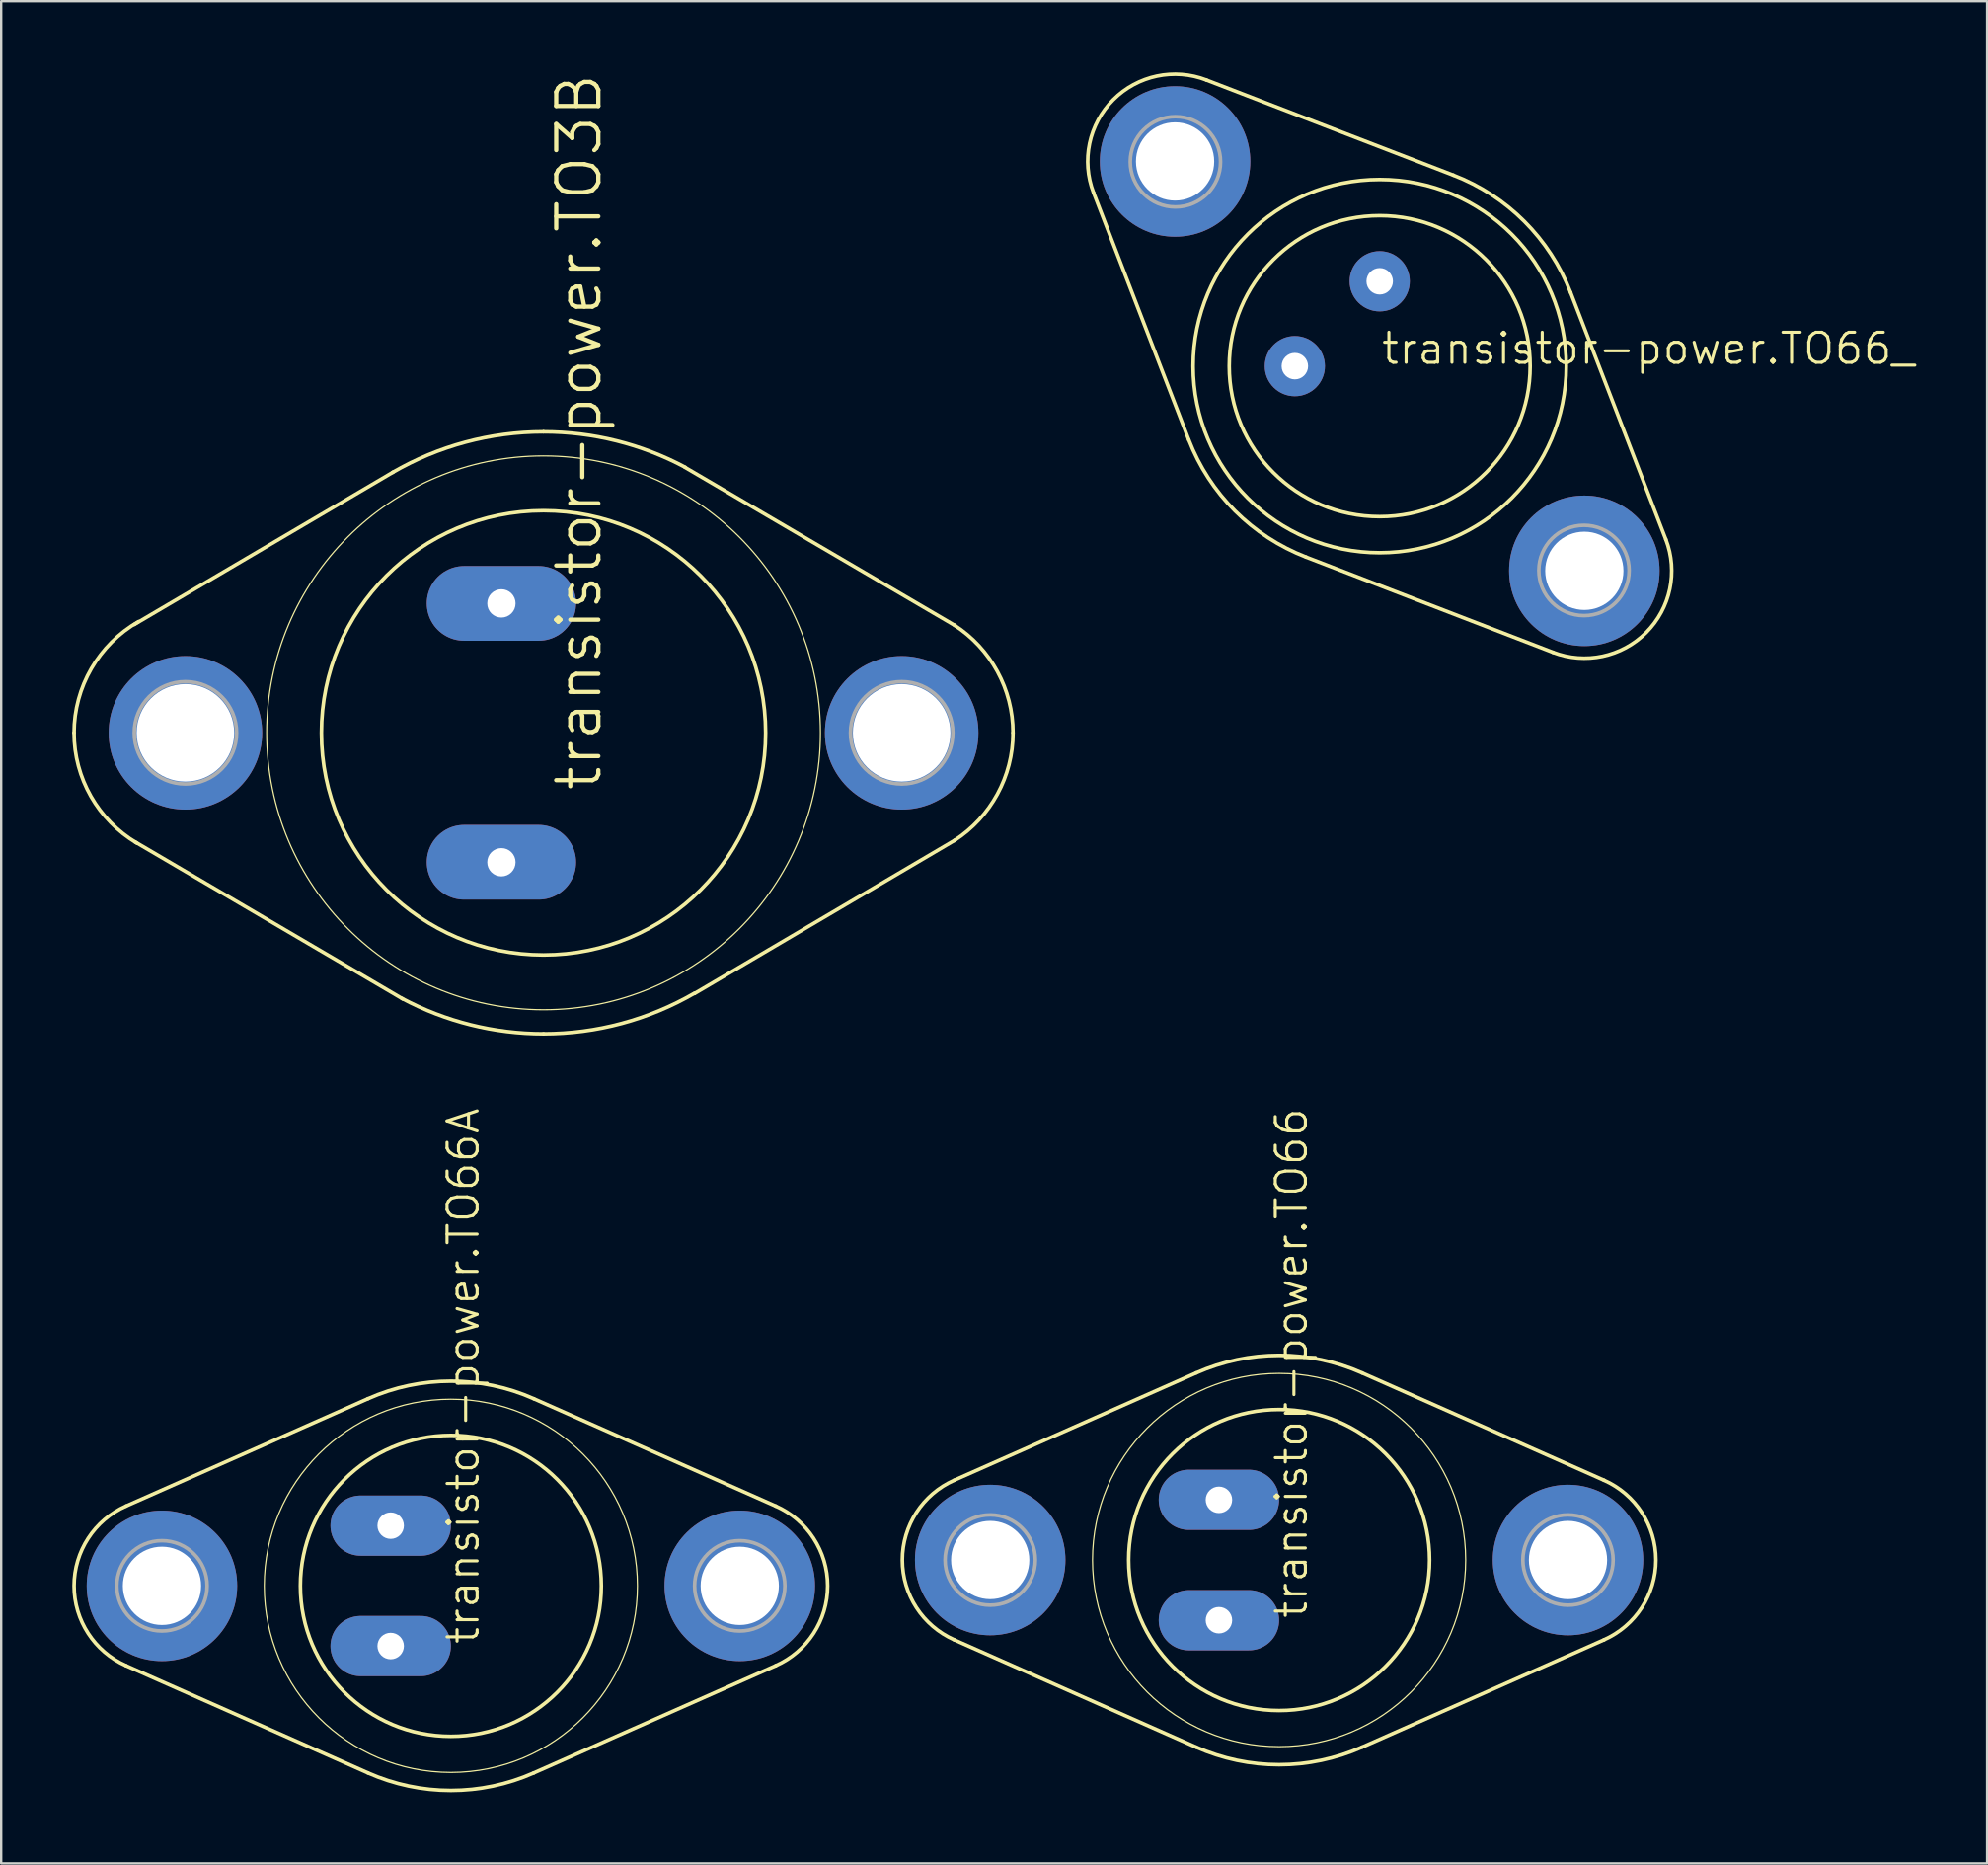
<source format=kicad_pcb>
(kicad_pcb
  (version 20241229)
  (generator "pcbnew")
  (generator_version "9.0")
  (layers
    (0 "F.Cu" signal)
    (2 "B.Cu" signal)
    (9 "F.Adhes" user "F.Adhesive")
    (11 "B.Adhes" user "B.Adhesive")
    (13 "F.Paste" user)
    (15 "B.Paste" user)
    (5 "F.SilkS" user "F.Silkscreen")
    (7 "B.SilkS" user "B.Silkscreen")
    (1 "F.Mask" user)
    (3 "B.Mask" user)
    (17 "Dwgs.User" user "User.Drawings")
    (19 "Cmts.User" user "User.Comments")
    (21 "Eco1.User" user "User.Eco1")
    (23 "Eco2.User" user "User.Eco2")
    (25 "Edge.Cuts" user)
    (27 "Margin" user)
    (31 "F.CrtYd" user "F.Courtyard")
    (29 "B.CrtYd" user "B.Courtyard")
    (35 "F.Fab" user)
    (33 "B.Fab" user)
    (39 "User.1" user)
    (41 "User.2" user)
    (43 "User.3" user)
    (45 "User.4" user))
  (footprint "transistor-power.TO66A"
    (layer "F.Cu")
    (at 15.977 63.861)
    (property "Reference" "transistor-power.TO66A" (at 1.27 2.54 90) (layer "F.SilkS") (effects (font (size 1.27 1.27) (thickness 0.13)) (justify left bottom)))
    (attr through_hole)
    (fp_line (start -3.501 -7.894) (end -13.71 -3.367) (stroke (width 0.152) (type default)) (layer "F.SilkS"))
    (fp_line (start -3.501 7.894) (end -13.71 3.367) (stroke (width 0.152) (type default)) (layer "F.SilkS"))
    (fp_line (start 3.501 -7.894) (end 13.71 -3.367) (stroke (width 0.152) (type default)) (layer "F.SilkS"))
    (fp_line (start 3.501 7.894) (end 13.71 3.367) (stroke (width 0.152) (type default)) (layer "F.SilkS"))
    (fp_arc (start -13.7105 3.3668) (mid -15.900436 0) (end -13.7105 -3.3668) (stroke (width 0.1524) (type default)) (layer "F.SilkS"))
    (fp_arc (start -3.5011 -7.8945) (mid 0 -8.636019) (end 3.5011 -7.8945) (stroke (width 0.1524) (type default)) (layer "F.SilkS"))
    (fp_arc (start 3.5011 7.8945) (mid 0 8.636019) (end -3.5011 7.8945) (stroke (width 0.1524) (type default)) (layer "F.SilkS"))
    (fp_arc (start 13.7105 -3.3668) (mid 15.900436 0) (end 13.7105 3.3668) (stroke (width 0.1524) (type default)) (layer "F.SilkS"))
    (fp_circle (center 0 0) (end 6.35 0) (stroke (width 0.152) (type default)) (fill no) (layer "F.SilkS"))
    (fp_circle (center 0 0) (end 7.874 0) (stroke (width 0.051) (type default)) (fill no) (layer "F.SilkS"))
    (fp_circle (center -12.192 0) (end -10.287 0) (stroke (width 0.152) (type default)) (fill no) (layer "F.Fab"))
    (fp_circle (center 12.192 0) (end 14.097 0) (stroke (width 0.152) (type default)) (fill no) (layer "F.Fab"))
    (pad "B" thru_hole oval (at -2.54 -2.54) (size 5.08 2.54) (drill 1.118) (layers "*.Cu" "*.Mask"))
    (pad "C" thru_hole circle (at 12.192 0) (size 6.35 6.35) (drill 3.302) (layers "*.Cu" "*.Mask"))
    (pad "C1" thru_hole circle (at -12.192 0) (size 6.35 6.35) (drill 3.302) (layers "*.Cu" "*.Mask"))
    (pad "E" thru_hole oval (at -2.54 2.54) (size 5.08 2.54) (drill 1.118) (layers "*.Cu" "*.Mask")))
  (footprint "transistor-power.TO66"
    (layer "F.Cu")
    (at 50.93 62.772)
    (property "Reference" "transistor-power.TO66" (at 1.27 2.54 90) (layer "F.SilkS") (effects (font (size 1.27 1.27) (thickness 0.13)) (justify left bottom)))
    (attr through_hole)
    (fp_line (start -3.501 -7.894) (end -13.71 -3.367) (stroke (width 0.152) (type default)) (layer "F.SilkS"))
    (fp_line (start -3.501 7.894) (end -13.71 3.367) (stroke (width 0.152) (type default)) (layer "F.SilkS"))
    (fp_line (start 3.501 -7.894) (end 13.71 -3.367) (stroke (width 0.152) (type default)) (layer "F.SilkS"))
    (fp_line (start 3.501 7.894) (end 13.71 3.367) (stroke (width 0.152) (type default)) (layer "F.SilkS"))
    (fp_arc (start -13.7105 3.3668) (mid -15.900436 0) (end -13.7105 -3.3668) (stroke (width 0.1524) (type default)) (layer "F.SilkS"))
    (fp_arc (start -3.5011 -7.8945) (mid 0 -8.636019) (end 3.5011 -7.8945) (stroke (width 0.1524) (type default)) (layer "F.SilkS"))
    (fp_arc (start 3.5011 7.8945) (mid 0 8.636019) (end -3.5011 7.8945) (stroke (width 0.1524) (type default)) (layer "F.SilkS"))
    (fp_arc (start 13.7105 -3.3668) (mid 15.900436 0) (end 13.7105 3.3668) (stroke (width 0.1524) (type default)) (layer "F.SilkS"))
    (fp_circle (center 0 0) (end 6.35 0) (stroke (width 0.152) (type default)) (fill no) (layer "F.SilkS"))
    (fp_circle (center 0 0) (end 7.874 0) (stroke (width 0.051) (type default)) (fill no) (layer "F.SilkS"))
    (fp_circle (center -12.192 0) (end -10.287 0) (stroke (width 0.152) (type default)) (fill no) (layer "F.Fab"))
    (fp_circle (center 12.192 0) (end 14.097 0) (stroke (width 0.152) (type default)) (fill no) (layer "F.Fab"))
    (pad "1" thru_hole oval (at -2.54 2.54) (size 5.08 2.54) (drill 1.118) (layers "*.Cu" "*.Mask"))
    (pad "2" thru_hole oval (at -2.54 -2.54) (size 5.08 2.54) (drill 1.118) (layers "*.Cu" "*.Mask"))
    (pad "3" thru_hole circle (at 12.192 0) (size 6.35 6.35) (drill 3.302) (layers "*.Cu" "*.Mask"))
    (pad "3-1" thru_hole circle (at -12.192 0) (size 6.35 6.35) (drill 3.302) (layers "*.Cu" "*.Mask")))
  (footprint "transistor-power.TO66_"
    (layer "F.Cu")
    (at 55.175 12.398)
    (property "Reference" "transistor-power.TO66_" (at 0 0 0) (layer "F.SilkS") (effects (font (size 1.27 1.27) (thickness 0.13)) (justify left bottom)))
    (attr through_hole)
    (fp_line (start -8.058 3.107) (end -12.075 -7.314) (stroke (width 0.152) (type default)) (layer "F.SilkS"))
    (fp_line (start -3.107 8.058) (end 7.314 12.075) (stroke (width 0.152) (type default)) (layer "F.SilkS"))
    (fp_line (start 3.107 -8.058) (end -7.314 -12.075) (stroke (width 0.152) (type default)) (layer "F.SilkS"))
    (fp_line (start 8.058 -3.107) (end 12.075 7.314) (stroke (width 0.152) (type default)) (layer "F.SilkS"))
    (fp_arc (start -12.0755 -7.3141) (mid -11.243312 -11.243312) (end -7.3141 -12.0755) (stroke (width 0.1524) (type default)) (layer "F.SilkS"))
    (fp_arc (start -3.1066 8.0578) (mid -6.106577 6.106537) (end -8.0579 3.1066) (stroke (width 0.1524) (type default)) (layer "F.SilkS"))
    (fp_arc (start 3.1066 -8.0579) (mid 6.106643 -6.106604) (end 8.058 -3.1066) (stroke (width 0.1524) (type default)) (layer "F.SilkS"))
    (fp_arc (start 12.0755 7.3141) (mid 11.243312 11.243312) (end 7.3141 12.0755) (stroke (width 0.1524) (type default)) (layer "F.SilkS"))
    (fp_circle (center 0 0) (end 6.35 0) (stroke (width 0.152) (type default)) (fill no) (layer "F.SilkS"))
    (fp_circle (center 0 0) (end 7.874 0) (stroke (width 0.152) (type default)) (fill no) (layer "F.SilkS"))
    (fp_circle (center -8.621 -8.621) (end -6.716 -8.621) (stroke (width 0.152) (type default)) (fill no) (layer "F.Fab"))
    (fp_circle (center 8.621 8.621) (end 10.526 8.621) (stroke (width 0.152) (type default)) (fill no) (layer "F.Fab"))
    (pad "1" thru_hole circle (at -3.581 0) (size 2.54 2.54) (drill 1.118) (layers "*.Cu" "*.Mask"))
    (pad "2" thru_hole circle (at 0 -3.581) (size 2.54 2.54) (drill 1.118) (layers "*.Cu" "*.Mask"))
    (pad "3" thru_hole circle (at 8.636 8.636) (size 6.35 6.35) (drill 3.302) (layers "*.Cu" "*.Mask"))
    (pad "3-1" thru_hole circle (at -8.636 -8.636) (size 6.35 6.35) (drill 3.302) (layers "*.Cu" "*.Mask")))
  (footprint "transistor-power.TO3B"
    (layer "F.Cu")
    (at 19.888 27.87)
    (property "Reference" "transistor-power.TO3B" (at 2.54 2.54 90) (layer "F.SilkS") (effects (font (size 1.778 1.778) (thickness 0.18)) (justify left bottom)))
    (attr through_hole)
    (fp_line (start -6.35 -10.998) (end -17.272 -4.572) (stroke (width 0.152) (type default)) (layer "F.SilkS"))
    (fp_line (start -5.944 11.227) (end -17.247 4.597) (stroke (width 0.152) (type default)) (layer "F.SilkS"))
    (fp_line (start 5.969 -11.201) (end 17.374 -4.521) (stroke (width 0.152) (type default)) (layer "F.SilkS"))
    (fp_line (start 6.375 10.998) (end 17.374 4.521) (stroke (width 0.152) (type default)) (layer "F.SilkS"))
    (fp_arc (start -19.812 0) (mid -19.08306 -2.712168) (end -17.0927 -4.6935) (stroke (width 0.1524) (type default)) (layer "F.SilkS"))
    (fp_arc (start -17.1555 4.657) (mid -19.101186 2.680705) (end -19.812 0) (stroke (width 0.1524) (type default)) (layer "F.SilkS"))
    (fp_arc (start -6.3718 -10.9859) (mid -3.299165 -12.263988) (end 0 -12.7) (stroke (width 0.1524) (type default)) (layer "F.SilkS"))
    (fp_arc (start 0 -12.7) (mid 3.080216 -12.320822) (end 5.9765 -11.2059) (stroke (width 0.1524) (type default)) (layer "F.SilkS"))
    (fp_arc (start 0 12.7) (mid -3.080216 12.320822) (end -5.9765 11.2059) (stroke (width 0.1524) (type default)) (layer "F.SilkS"))
    (fp_arc (start 6.3718 10.9859) (mid 3.299165 12.263988) (end 0 12.7) (stroke (width 0.1524) (type default)) (layer "F.SilkS"))
    (fp_arc (start 17.3366 -4.545) (mid 19.153011 -2.587691) (end 19.812 0) (stroke (width 0.1524) (type default)) (layer "F.SilkS"))
    (fp_arc (start 19.812 0) (mid 19.153011 2.587691) (end 17.3366 4.545) (stroke (width 0.1524) (type default)) (layer "F.SilkS"))
    (fp_circle (center 0 0) (end 9.373 0) (stroke (width 0.152) (type default)) (fill no) (layer "F.SilkS"))
    (fp_circle (center 0 0) (end 11.684 0) (stroke (width 0.051) (type default)) (fill no) (layer "F.SilkS"))
    (fp_circle (center -15.113 0) (end -12.954 0) (stroke (width 0.152) (type default)) (fill no) (layer "F.Fab"))
    (fp_circle (center 15.113 0) (end 17.272 0) (stroke (width 0.152) (type default)) (fill no) (layer "F.Fab"))
    (pad "D" thru_hole circle (at 15.113 0) (size 6.477 6.477) (drill 4.115) (layers "*.Cu" "*.Mask"))
    (pad "D1" thru_hole circle (at -15.113 0) (size 6.477 6.477) (drill 4.115) (layers "*.Cu" "*.Mask"))
    (pad "G" thru_hole oval (at -1.778 -5.461) (size 6.299 3.15) (drill 1.194) (layers "*.Cu" "*.Mask"))
    (pad "S" thru_hole oval (at -1.778 5.461) (size 6.299 3.15) (drill 1.194) (layers "*.Cu" "*.Mask")))
  (gr_rect
    (start -3 -3)
    (end 80.808 75.573)
    (stroke (width 0.1) (type default))
    (fill no)
    (layer "Edge.Cuts")))
</source>
